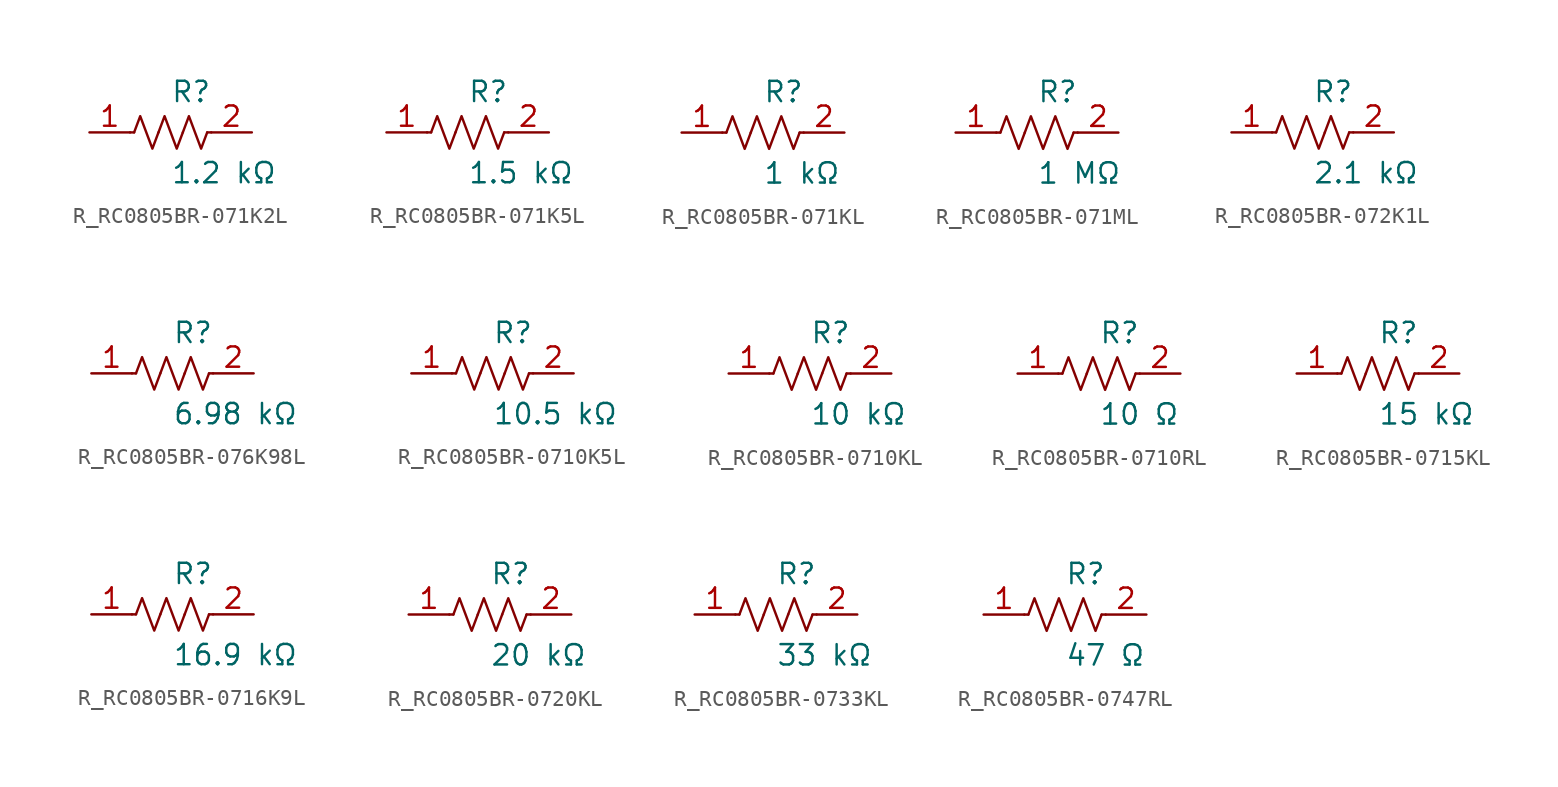
<source format=kicad_sym>
(kicad_symbol_lib
  (version 20231120)
  (generator kicad_symbol_editor)
  (generator_version 8.0)
  (symbol "R_RC0805BR-071K2L"
    (pin_names
      (offset 0.254))
    (property "Reference" "R"
      (at 0 2.54 0)
      (effects (font (size 1.27 1.27)) (justify left)))
    (property "Value" "1.2 kΩ"
      (at 0 -2.54 0)
      (effects (font (size 1.27 1.27)) (justify left)))
    (symbol "R_RC0805BR-071K2L_0_1"
      (polyline (pts (xy 2.286 0) (xy 2.54 0)) (stroke (width 0) (type default)) (fill (type none)))
      (polyline (pts (xy -2.286 0) (xy -2.54 0)) (stroke (width 0) (type default)) (fill (type none)))
      (polyline (pts (xy 0.762 0) (xy 1.143 1.016) (xy 1.524 0) (xy 1.905 -1.016) (xy 2.286 0)) (stroke (width 0) (type default)) (fill (type none)))
      (polyline (pts (xy -0.762 0) (xy -0.381 1.016) (xy 0 0) (xy 0.381 -1.016) (xy 0.762 0)) (stroke (width 0) (type default)) (fill (type none)))
      (polyline (pts (xy -2.286 0) (xy -1.905 1.016) (xy -1.524 0) (xy -1.143 -1.016) (xy -0.762 0)) (stroke (width 0) (type default)) (fill (type none))))
    (pin passive line
      (at -5.08 0 0)
      (length 2.54)
      (name "" (effects (font (size 1.27 1.27))))
      (number "1" (effects (font (size 1.27 1.27)))))
    (pin passive line
      (at 5.08 0 180)
      (length 2.54)
      (name "" (effects (font (size 1.27 1.27))))
      (number "2" (effects (font (size 1.27 1.27))))))
  (symbol "R_RC0805BR-071K5L"
    (pin_names
      (offset 0.254))
    (property "Reference" "R"
      (at 0 2.54 0)
      (effects (font (size 1.27 1.27)) (justify left)))
    (property "Value" "1.5 kΩ"
      (at 0 -2.54 0)
      (effects (font (size 1.27 1.27)) (justify left)))
    (symbol "R_RC0805BR-071K5L_0_1"
      (polyline (pts (xy 2.286 0) (xy 2.54 0)) (stroke (width 0) (type default)) (fill (type none)))
      (polyline (pts (xy -2.286 0) (xy -2.54 0)) (stroke (width 0) (type default)) (fill (type none)))
      (polyline (pts (xy 0.762 0) (xy 1.143 1.016) (xy 1.524 0) (xy 1.905 -1.016) (xy 2.286 0)) (stroke (width 0) (type default)) (fill (type none)))
      (polyline (pts (xy -0.762 0) (xy -0.381 1.016) (xy 0 0) (xy 0.381 -1.016) (xy 0.762 0)) (stroke (width 0) (type default)) (fill (type none)))
      (polyline (pts (xy -2.286 0) (xy -1.905 1.016) (xy -1.524 0) (xy -1.143 -1.016) (xy -0.762 0)) (stroke (width 0) (type default)) (fill (type none))))
    (pin passive line
      (at -5.08 0 0)
      (length 2.54)
      (name "" (effects (font (size 1.27 1.27))))
      (number "1" (effects (font (size 1.27 1.27)))))
    (pin passive line
      (at 5.08 0 180)
      (length 2.54)
      (name "" (effects (font (size 1.27 1.27))))
      (number "2" (effects (font (size 1.27 1.27))))))
  (symbol "R_RC0805BR-071KL"
    (pin_names
      (offset 0.254))
    (property "Reference" "R"
      (at 0 2.54 0)
      (effects (font (size 1.27 1.27)) (justify left)))
    (property "Value" "1 kΩ"
      (at 0 -2.54 0)
      (effects (font (size 1.27 1.27)) (justify left)))
    (symbol "R_RC0805BR-071KL_0_1"
      (polyline (pts (xy 2.286 0) (xy 2.54 0)) (stroke (width 0) (type default)) (fill (type none)))
      (polyline (pts (xy -2.286 0) (xy -2.54 0)) (stroke (width 0) (type default)) (fill (type none)))
      (polyline (pts (xy 0.762 0) (xy 1.143 1.016) (xy 1.524 0) (xy 1.905 -1.016) (xy 2.286 0)) (stroke (width 0) (type default)) (fill (type none)))
      (polyline (pts (xy -0.762 0) (xy -0.381 1.016) (xy 0 0) (xy 0.381 -1.016) (xy 0.762 0)) (stroke (width 0) (type default)) (fill (type none)))
      (polyline (pts (xy -2.286 0) (xy -1.905 1.016) (xy -1.524 0) (xy -1.143 -1.016) (xy -0.762 0)) (stroke (width 0) (type default)) (fill (type none))))
    (pin passive line
      (at -5.08 0 0)
      (length 2.54)
      (name "" (effects (font (size 1.27 1.27))))
      (number "1" (effects (font (size 1.27 1.27)))))
    (pin passive line
      (at 5.08 0 180)
      (length 2.54)
      (name "" (effects (font (size 1.27 1.27))))
      (number "2" (effects (font (size 1.27 1.27))))))
  (symbol "R_RC0805BR-071ML"
    (pin_names
      (offset 0.254))
    (property "Reference" "R"
      (at 0 2.54 0)
      (effects (font (size 1.27 1.27)) (justify left)))
    (property "Value" "1 MΩ"
      (at 0 -2.54 0)
      (effects (font (size 1.27 1.27)) (justify left)))
    (symbol "R_RC0805BR-071ML_0_1"
      (polyline (pts (xy 2.286 0) (xy 2.54 0)) (stroke (width 0) (type default)) (fill (type none)))
      (polyline (pts (xy -2.286 0) (xy -2.54 0)) (stroke (width 0) (type default)) (fill (type none)))
      (polyline (pts (xy 0.762 0) (xy 1.143 1.016) (xy 1.524 0) (xy 1.905 -1.016) (xy 2.286 0)) (stroke (width 0) (type default)) (fill (type none)))
      (polyline (pts (xy -0.762 0) (xy -0.381 1.016) (xy 0 0) (xy 0.381 -1.016) (xy 0.762 0)) (stroke (width 0) (type default)) (fill (type none)))
      (polyline (pts (xy -2.286 0) (xy -1.905 1.016) (xy -1.524 0) (xy -1.143 -1.016) (xy -0.762 0)) (stroke (width 0) (type default)) (fill (type none))))
    (pin passive line
      (at -5.08 0 0)
      (length 2.54)
      (name "" (effects (font (size 1.27 1.27))))
      (number "1" (effects (font (size 1.27 1.27)))))
    (pin passive line
      (at 5.08 0 180)
      (length 2.54)
      (name "" (effects (font (size 1.27 1.27))))
      (number "2" (effects (font (size 1.27 1.27))))))
  (symbol "R_RC0805BR-072K1L"
    (pin_names
      (offset 0.254))
    (property "Reference" "R"
      (at 0 2.54 0)
      (effects (font (size 1.27 1.27)) (justify left)))
    (property "Value" "2.1 kΩ"
      (at 0 -2.54 0)
      (effects (font (size 1.27 1.27)) (justify left)))
    (symbol "R_RC0805BR-072K1L_0_1"
      (polyline (pts (xy 2.286 0) (xy 2.54 0)) (stroke (width 0) (type default)) (fill (type none)))
      (polyline (pts (xy -2.286 0) (xy -2.54 0)) (stroke (width 0) (type default)) (fill (type none)))
      (polyline (pts (xy 0.762 0) (xy 1.143 1.016) (xy 1.524 0) (xy 1.905 -1.016) (xy 2.286 0)) (stroke (width 0) (type default)) (fill (type none)))
      (polyline (pts (xy -0.762 0) (xy -0.381 1.016) (xy 0 0) (xy 0.381 -1.016) (xy 0.762 0)) (stroke (width 0) (type default)) (fill (type none)))
      (polyline (pts (xy -2.286 0) (xy -1.905 1.016) (xy -1.524 0) (xy -1.143 -1.016) (xy -0.762 0)) (stroke (width 0) (type default)) (fill (type none))))
    (pin passive line
      (at -5.08 0 0)
      (length 2.54)
      (name "" (effects (font (size 1.27 1.27))))
      (number "1" (effects (font (size 1.27 1.27)))))
    (pin passive line
      (at 5.08 0 180)
      (length 2.54)
      (name "" (effects (font (size 1.27 1.27))))
      (number "2" (effects (font (size 1.27 1.27))))))
  (symbol "R_RC0805BR-076K98L"
    (pin_names
      (offset 0.254))
    (property "Reference" "R"
      (at 0 2.54 0)
      (effects (font (size 1.27 1.27)) (justify left)))
    (property "Value" "6.98 kΩ"
      (at 0 -2.54 0)
      (effects (font (size 1.27 1.27)) (justify left)))
    (symbol "R_RC0805BR-076K98L_0_1"
      (polyline (pts (xy 2.286 0) (xy 2.54 0)) (stroke (width 0) (type default)) (fill (type none)))
      (polyline (pts (xy -2.286 0) (xy -2.54 0)) (stroke (width 0) (type default)) (fill (type none)))
      (polyline (pts (xy 0.762 0) (xy 1.143 1.016) (xy 1.524 0) (xy 1.905 -1.016) (xy 2.286 0)) (stroke (width 0) (type default)) (fill (type none)))
      (polyline (pts (xy -0.762 0) (xy -0.381 1.016) (xy 0 0) (xy 0.381 -1.016) (xy 0.762 0)) (stroke (width 0) (type default)) (fill (type none)))
      (polyline (pts (xy -2.286 0) (xy -1.905 1.016) (xy -1.524 0) (xy -1.143 -1.016) (xy -0.762 0)) (stroke (width 0) (type default)) (fill (type none))))
    (pin passive line
      (at -5.08 0 0)
      (length 2.54)
      (name "" (effects (font (size 1.27 1.27))))
      (number "1" (effects (font (size 1.27 1.27)))))
    (pin passive line
      (at 5.08 0 180)
      (length 2.54)
      (name "" (effects (font (size 1.27 1.27))))
      (number "2" (effects (font (size 1.27 1.27))))))
  (symbol "R_RC0805BR-0710K5L"
    (pin_names
      (offset 0.254))
    (property "Reference" "R"
      (at 0 2.54 0)
      (effects (font (size 1.27 1.27)) (justify left)))
    (property "Value" "10.5 kΩ"
      (at 0 -2.54 0)
      (effects (font (size 1.27 1.27)) (justify left)))
    (symbol "R_RC0805BR-0710K5L_0_1"
      (polyline (pts (xy 2.286 0) (xy 2.54 0)) (stroke (width 0) (type default)) (fill (type none)))
      (polyline (pts (xy -2.286 0) (xy -2.54 0)) (stroke (width 0) (type default)) (fill (type none)))
      (polyline (pts (xy 0.762 0) (xy 1.143 1.016) (xy 1.524 0) (xy 1.905 -1.016) (xy 2.286 0)) (stroke (width 0) (type default)) (fill (type none)))
      (polyline (pts (xy -0.762 0) (xy -0.381 1.016) (xy 0 0) (xy 0.381 -1.016) (xy 0.762 0)) (stroke (width 0) (type default)) (fill (type none)))
      (polyline (pts (xy -2.286 0) (xy -1.905 1.016) (xy -1.524 0) (xy -1.143 -1.016) (xy -0.762 0)) (stroke (width 0) (type default)) (fill (type none))))
    (pin passive line
      (at -5.08 0 0)
      (length 2.54)
      (name "" (effects (font (size 1.27 1.27))))
      (number "1" (effects (font (size 1.27 1.27)))))
    (pin passive line
      (at 5.08 0 180)
      (length 2.54)
      (name "" (effects (font (size 1.27 1.27))))
      (number "2" (effects (font (size 1.27 1.27))))))
  (symbol "R_RC0805BR-0710KL"
    (pin_names
      (offset 0.254))
    (property "Reference" "R"
      (at 0 2.54 0)
      (effects (font (size 1.27 1.27)) (justify left)))
    (property "Value" "10 kΩ"
      (at 0 -2.54 0)
      (effects (font (size 1.27 1.27)) (justify left)))
    (symbol "R_RC0805BR-0710KL_0_1"
      (polyline (pts (xy 2.286 0) (xy 2.54 0)) (stroke (width 0) (type default)) (fill (type none)))
      (polyline (pts (xy -2.286 0) (xy -2.54 0)) (stroke (width 0) (type default)) (fill (type none)))
      (polyline (pts (xy 0.762 0) (xy 1.143 1.016) (xy 1.524 0) (xy 1.905 -1.016) (xy 2.286 0)) (stroke (width 0) (type default)) (fill (type none)))
      (polyline (pts (xy -0.762 0) (xy -0.381 1.016) (xy 0 0) (xy 0.381 -1.016) (xy 0.762 0)) (stroke (width 0) (type default)) (fill (type none)))
      (polyline (pts (xy -2.286 0) (xy -1.905 1.016) (xy -1.524 0) (xy -1.143 -1.016) (xy -0.762 0)) (stroke (width 0) (type default)) (fill (type none))))
    (pin passive line
      (at -5.08 0 0)
      (length 2.54)
      (name "" (effects (font (size 1.27 1.27))))
      (number "1" (effects (font (size 1.27 1.27)))))
    (pin passive line
      (at 5.08 0 180)
      (length 2.54)
      (name "" (effects (font (size 1.27 1.27))))
      (number "2" (effects (font (size 1.27 1.27))))))
  (symbol "R_RC0805BR-0710RL"
    (pin_names
      (offset 0.254))
    (property "Reference" "R"
      (at 0 2.54 0)
      (effects (font (size 1.27 1.27)) (justify left)))
    (property "Value" "10 Ω"
      (at 0 -2.54 0)
      (effects (font (size 1.27 1.27)) (justify left)))
    (symbol "R_RC0805BR-0710RL_0_1"
      (polyline (pts (xy 2.286 0) (xy 2.54 0)) (stroke (width 0) (type default)) (fill (type none)))
      (polyline (pts (xy -2.286 0) (xy -2.54 0)) (stroke (width 0) (type default)) (fill (type none)))
      (polyline (pts (xy 0.762 0) (xy 1.143 1.016) (xy 1.524 0) (xy 1.905 -1.016) (xy 2.286 0)) (stroke (width 0) (type default)) (fill (type none)))
      (polyline (pts (xy -0.762 0) (xy -0.381 1.016) (xy 0 0) (xy 0.381 -1.016) (xy 0.762 0)) (stroke (width 0) (type default)) (fill (type none)))
      (polyline (pts (xy -2.286 0) (xy -1.905 1.016) (xy -1.524 0) (xy -1.143 -1.016) (xy -0.762 0)) (stroke (width 0) (type default)) (fill (type none))))
    (pin passive line
      (at -5.08 0 0)
      (length 2.54)
      (name "" (effects (font (size 1.27 1.27))))
      (number "1" (effects (font (size 1.27 1.27)))))
    (pin passive line
      (at 5.08 0 180)
      (length 2.54)
      (name "" (effects (font (size 1.27 1.27))))
      (number "2" (effects (font (size 1.27 1.27))))))
  (symbol "R_RC0805BR-0715KL"
    (pin_names
      (offset 0.254))
    (property "Reference" "R"
      (at 0 2.54 0)
      (effects (font (size 1.27 1.27)) (justify left)))
    (property "Value" "15 kΩ"
      (at 0 -2.54 0)
      (effects (font (size 1.27 1.27)) (justify left)))
    (symbol "R_RC0805BR-0715KL_0_1"
      (polyline (pts (xy 2.286 0) (xy 2.54 0)) (stroke (width 0) (type default)) (fill (type none)))
      (polyline (pts (xy -2.286 0) (xy -2.54 0)) (stroke (width 0) (type default)) (fill (type none)))
      (polyline (pts (xy 0.762 0) (xy 1.143 1.016) (xy 1.524 0) (xy 1.905 -1.016) (xy 2.286 0)) (stroke (width 0) (type default)) (fill (type none)))
      (polyline (pts (xy -0.762 0) (xy -0.381 1.016) (xy 0 0) (xy 0.381 -1.016) (xy 0.762 0)) (stroke (width 0) (type default)) (fill (type none)))
      (polyline (pts (xy -2.286 0) (xy -1.905 1.016) (xy -1.524 0) (xy -1.143 -1.016) (xy -0.762 0)) (stroke (width 0) (type default)) (fill (type none))))
    (pin passive line
      (at -5.08 0 0)
      (length 2.54)
      (name "" (effects (font (size 1.27 1.27))))
      (number "1" (effects (font (size 1.27 1.27)))))
    (pin passive line
      (at 5.08 0 180)
      (length 2.54)
      (name "" (effects (font (size 1.27 1.27))))
      (number "2" (effects (font (size 1.27 1.27))))))
  (symbol "R_RC0805BR-0716K9L"
    (pin_names
      (offset 0.254))
    (property "Reference" "R"
      (at 0 2.54 0)
      (effects (font (size 1.27 1.27)) (justify left)))
    (property "Value" "16.9 kΩ"
      (at 0 -2.54 0)
      (effects (font (size 1.27 1.27)) (justify left)))
    (symbol "R_RC0805BR-0716K9L_0_1"
      (polyline (pts (xy 2.286 0) (xy 2.54 0)) (stroke (width 0) (type default)) (fill (type none)))
      (polyline (pts (xy -2.286 0) (xy -2.54 0)) (stroke (width 0) (type default)) (fill (type none)))
      (polyline (pts (xy 0.762 0) (xy 1.143 1.016) (xy 1.524 0) (xy 1.905 -1.016) (xy 2.286 0)) (stroke (width 0) (type default)) (fill (type none)))
      (polyline (pts (xy -0.762 0) (xy -0.381 1.016) (xy 0 0) (xy 0.381 -1.016) (xy 0.762 0)) (stroke (width 0) (type default)) (fill (type none)))
      (polyline (pts (xy -2.286 0) (xy -1.905 1.016) (xy -1.524 0) (xy -1.143 -1.016) (xy -0.762 0)) (stroke (width 0) (type default)) (fill (type none))))
    (pin passive line
      (at -5.08 0 0)
      (length 2.54)
      (name "" (effects (font (size 1.27 1.27))))
      (number "1" (effects (font (size 1.27 1.27)))))
    (pin passive line
      (at 5.08 0 180)
      (length 2.54)
      (name "" (effects (font (size 1.27 1.27))))
      (number "2" (effects (font (size 1.27 1.27))))))
  (symbol "R_RC0805BR-0720KL"
    (pin_names
      (offset 0.254))
    (property "Reference" "R"
      (at 0 2.54 0)
      (effects (font (size 1.27 1.27)) (justify left)))
    (property "Value" "20 kΩ"
      (at 0 -2.54 0)
      (effects (font (size 1.27 1.27)) (justify left)))
    (symbol "R_RC0805BR-0720KL_0_1"
      (polyline (pts (xy 2.286 0) (xy 2.54 0)) (stroke (width 0) (type default)) (fill (type none)))
      (polyline (pts (xy -2.286 0) (xy -2.54 0)) (stroke (width 0) (type default)) (fill (type none)))
      (polyline (pts (xy 0.762 0) (xy 1.143 1.016) (xy 1.524 0) (xy 1.905 -1.016) (xy 2.286 0)) (stroke (width 0) (type default)) (fill (type none)))
      (polyline (pts (xy -0.762 0) (xy -0.381 1.016) (xy 0 0) (xy 0.381 -1.016) (xy 0.762 0)) (stroke (width 0) (type default)) (fill (type none)))
      (polyline (pts (xy -2.286 0) (xy -1.905 1.016) (xy -1.524 0) (xy -1.143 -1.016) (xy -0.762 0)) (stroke (width 0) (type default)) (fill (type none))))
    (pin passive line
      (at -5.08 0 0)
      (length 2.54)
      (name "" (effects (font (size 1.27 1.27))))
      (number "1" (effects (font (size 1.27 1.27)))))
    (pin passive line
      (at 5.08 0 180)
      (length 2.54)
      (name "" (effects (font (size 1.27 1.27))))
      (number "2" (effects (font (size 1.27 1.27))))))
  (symbol "R_RC0805BR-0733KL"
    (pin_names
      (offset 0.254))
    (property "Reference" "R"
      (at 0 2.54 0)
      (effects (font (size 1.27 1.27)) (justify left)))
    (property "Value" "33 kΩ"
      (at 0 -2.54 0)
      (effects (font (size 1.27 1.27)) (justify left)))
    (symbol "R_RC0805BR-0733KL_0_1"
      (polyline (pts (xy 2.286 0) (xy 2.54 0)) (stroke (width 0) (type default)) (fill (type none)))
      (polyline (pts (xy -2.286 0) (xy -2.54 0)) (stroke (width 0) (type default)) (fill (type none)))
      (polyline (pts (xy 0.762 0) (xy 1.143 1.016) (xy 1.524 0) (xy 1.905 -1.016) (xy 2.286 0)) (stroke (width 0) (type default)) (fill (type none)))
      (polyline (pts (xy -0.762 0) (xy -0.381 1.016) (xy 0 0) (xy 0.381 -1.016) (xy 0.762 0)) (stroke (width 0) (type default)) (fill (type none)))
      (polyline (pts (xy -2.286 0) (xy -1.905 1.016) (xy -1.524 0) (xy -1.143 -1.016) (xy -0.762 0)) (stroke (width 0) (type default)) (fill (type none))))
    (pin passive line
      (at -5.08 0 0)
      (length 2.54)
      (name "" (effects (font (size 1.27 1.27))))
      (number "1" (effects (font (size 1.27 1.27)))))
    (pin passive line
      (at 5.08 0 180)
      (length 2.54)
      (name "" (effects (font (size 1.27 1.27))))
      (number "2" (effects (font (size 1.27 1.27))))))
  (symbol "R_RC0805BR-0747RL"
    (pin_names
      (offset 0.254))
    (property "Reference" "R"
      (at 0 2.54 0)
      (effects (font (size 1.27 1.27)) (justify left)))
    (property "Value" "47 Ω"
      (at 0 -2.54 0)
      (effects (font (size 1.27 1.27)) (justify left)))
    (symbol "R_RC0805BR-0747RL_0_1"
      (polyline (pts (xy 2.286 0) (xy 2.54 0)) (stroke (width 0) (type default)) (fill (type none)))
      (polyline (pts (xy -2.286 0) (xy -2.54 0)) (stroke (width 0) (type default)) (fill (type none)))
      (polyline (pts (xy 0.762 0) (xy 1.143 1.016) (xy 1.524 0) (xy 1.905 -1.016) (xy 2.286 0)) (stroke (width 0) (type default)) (fill (type none)))
      (polyline (pts (xy -0.762 0) (xy -0.381 1.016) (xy 0 0) (xy 0.381 -1.016) (xy 0.762 0)) (stroke (width 0) (type default)) (fill (type none)))
      (polyline (pts (xy -2.286 0) (xy -1.905 1.016) (xy -1.524 0) (xy -1.143 -1.016) (xy -0.762 0)) (stroke (width 0) (type default)) (fill (type none))))
    (pin passive line
      (at -5.08 0 0)
      (length 2.54)
      (name "" (effects (font (size 1.27 1.27))))
      (number "1" (effects (font (size 1.27 1.27)))))
    (pin passive line
      (at 5.08 0 180)
      (length 2.54)
      (name "" (effects (font (size 1.27 1.27))))
      (number "2" (effects (font (size 1.27 1.27)))))))
</source>
